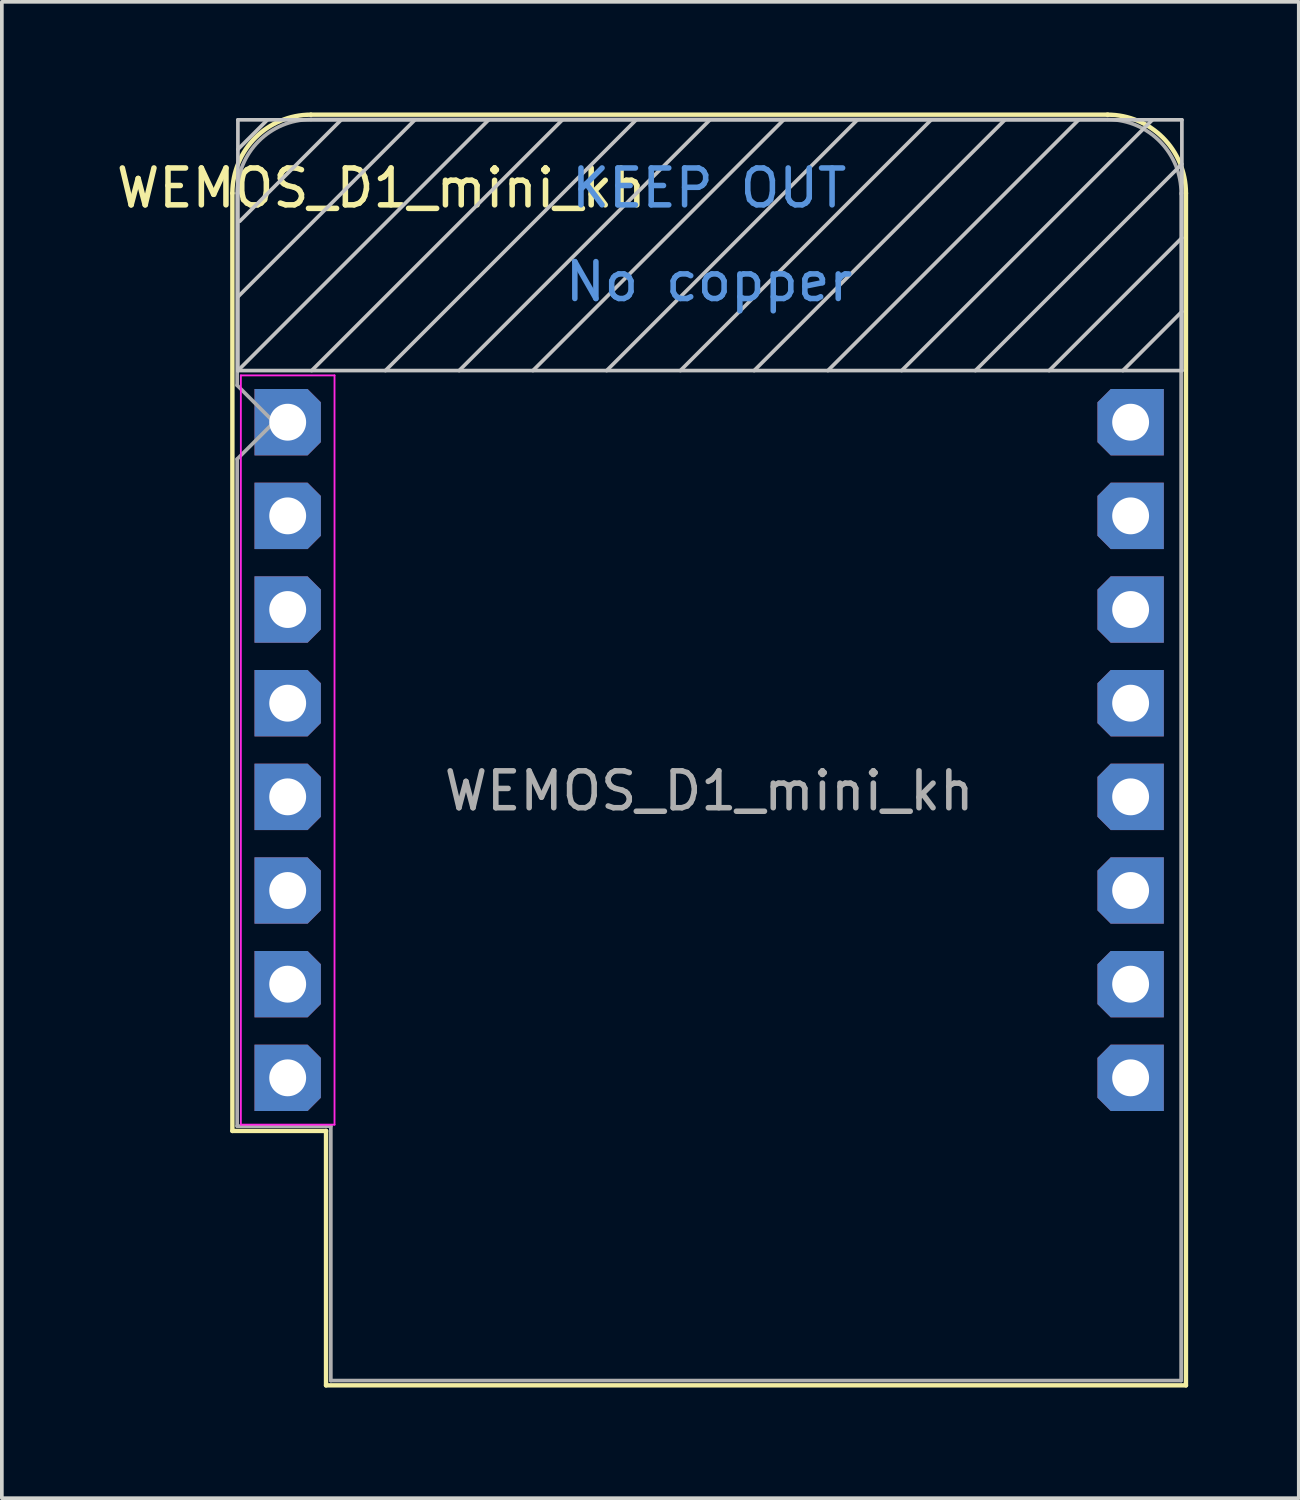
<source format=kicad_pcb>
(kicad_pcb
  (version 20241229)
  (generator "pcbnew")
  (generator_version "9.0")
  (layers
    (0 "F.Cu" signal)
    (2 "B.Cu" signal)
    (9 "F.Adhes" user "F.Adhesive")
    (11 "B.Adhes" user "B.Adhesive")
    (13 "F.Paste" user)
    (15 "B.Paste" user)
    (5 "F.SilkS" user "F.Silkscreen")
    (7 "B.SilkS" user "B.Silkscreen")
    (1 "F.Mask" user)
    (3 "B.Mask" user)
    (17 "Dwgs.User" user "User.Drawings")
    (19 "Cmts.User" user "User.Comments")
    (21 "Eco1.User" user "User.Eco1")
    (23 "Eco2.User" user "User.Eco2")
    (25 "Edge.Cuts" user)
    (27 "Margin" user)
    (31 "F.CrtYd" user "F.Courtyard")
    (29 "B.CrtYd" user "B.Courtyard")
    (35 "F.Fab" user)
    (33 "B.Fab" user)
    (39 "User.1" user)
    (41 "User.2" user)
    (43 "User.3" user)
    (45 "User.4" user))
  (footprint "WEMOS_D1_mini_kh"
    (layer "F.Cu")
    (at 4.752 8.4)
    (property "Reference" "WEMOS_D1_mini_kh" (at 2.54 -6.35 0) (layer "F.SilkS") (effects (font (size 1 1) (thickness 0.15))))
    (attr through_hole)
    (fp_line (start -1.5 19.22) (end -1.5 -6.21) (stroke (width 0.12) (type solid)) (layer "F.SilkS"))
    (fp_line (start -1.5 19.22) (end 1.04 19.22) (stroke (width 0.12) (type solid)) (layer "F.SilkS"))
    (fp_line (start 1.04 19.22) (end 1.04 26.12) (stroke (width 0.12) (type solid)) (layer "F.SilkS"))
    (fp_line (start 1.04 26.12) (end 24.36 26.12) (stroke (width 0.12) (type solid)) (layer "F.SilkS"))
    (fp_line (start 22.24 -8.34) (end 0.63 -8.34) (stroke (width 0.12) (type solid)) (layer "F.SilkS"))
    (fp_line (start 24.36 26.12) (end 24.36 -6.21) (stroke (width 0.12) (type solid)) (layer "F.SilkS"))
    (fp_arc (start -1.5 -6.21) (mid -0.876137 -7.716137) (end 0.63 -8.34) (stroke (width 0.12) (type solid)) (layer "F.SilkS"))
    (fp_arc (start 22.23 -8.34) (mid 23.736137 -7.716137) (end 24.36 -6.21) (stroke (width 0.12) (type solid)) (layer "F.SilkS"))
    (fp_line (start -1.35 -8.2) (end -1.35 -1.4) (stroke (width 0.1) (type solid)) (layer "Dwgs.User"))
    (fp_line (start -1.35 -7.4) (end -0.55 -8.2) (stroke (width 0.1) (type solid)) (layer "Dwgs.User"))
    (fp_line (start -1.35 -3.4) (end 3.45 -8.2) (stroke (width 0.1) (type solid)) (layer "Dwgs.User"))
    (fp_line (start -1.35 -1.4) (end 5.45 -8.2) (stroke (width 0.1) (type solid)) (layer "Dwgs.User"))
    (fp_line (start -1.35 -1.4) (end 24.25 -1.4) (stroke (width 0.1) (type solid)) (layer "Dwgs.User"))
    (fp_line (start -1.3 -5.45) (end 1.45 -8.2) (stroke (width 0.1) (type solid)) (layer "Dwgs.User"))
    (fp_line (start 0.65 -1.4) (end 7.45 -8.2) (stroke (width 0.1) (type solid)) (layer "Dwgs.User"))
    (fp_line (start 2.65 -1.4) (end 9.45 -8.2) (stroke (width 0.1) (type solid)) (layer "Dwgs.User"))
    (fp_line (start 4.65 -1.4) (end 11.45 -8.2) (stroke (width 0.1) (type solid)) (layer "Dwgs.User"))
    (fp_line (start 6.65 -1.4) (end 13.45 -8.2) (stroke (width 0.1) (type solid)) (layer "Dwgs.User"))
    (fp_line (start 8.65 -1.4) (end 15.45 -8.2) (stroke (width 0.1) (type solid)) (layer "Dwgs.User"))
    (fp_line (start 10.65 -1.4) (end 17.45 -8.2) (stroke (width 0.1) (type solid)) (layer "Dwgs.User"))
    (fp_line (start 12.65 -1.4) (end 19.45 -8.2) (stroke (width 0.1) (type solid)) (layer "Dwgs.User"))
    (fp_line (start 14.65 -1.4) (end 21.45 -8.2) (stroke (width 0.1) (type solid)) (layer "Dwgs.User"))
    (fp_line (start 16.65 -1.4) (end 23.45 -8.2) (stroke (width 0.1) (type solid)) (layer "Dwgs.User"))
    (fp_line (start 18.65 -1.4) (end 24.25 -7) (stroke (width 0.1) (type solid)) (layer "Dwgs.User"))
    (fp_line (start 20.65 -1.4) (end 24.25 -5) (stroke (width 0.1) (type solid)) (layer "Dwgs.User"))
    (fp_line (start 22.65 -1.4) (end 24.25 -3) (stroke (width 0.1) (type solid)) (layer "Dwgs.User"))
    (fp_line (start 24.25 -8.2) (end -1.35 -8.2) (stroke (width 0.1) (type solid)) (layer "Dwgs.User"))
    (fp_line (start 24.25 -1.4) (end 24.25 -8.2) (stroke (width 0.1) (type solid)) (layer "Dwgs.User"))
    (fp_line (start -1.27 -1.27) (end 1.27 -1.27) (stroke (width 0.05) (type solid)) (layer "F.CrtYd"))
    (fp_line (start -1.27 19.05) (end -1.27 -1.27) (stroke (width 0.05) (type solid)) (layer "F.CrtYd"))
    (fp_line (start 1.27 -1.27) (end 1.27 19.05) (stroke (width 0.05) (type solid)) (layer "F.CrtYd"))
    (fp_line (start 1.27 19.05) (end -1.27 19.05) (stroke (width 0.05) (type solid)) (layer "F.CrtYd"))
    (fp_line (start -1.37 -6.21) (end -1.37 -1) (stroke (width 0.1) (type solid)) (layer "F.Fab"))
    (fp_line (start -1.37 1) (end -1.37 19.09) (stroke (width 0.1) (type solid)) (layer "F.Fab"))
    (fp_line (start -1.37 1) (end -0.37 0) (stroke (width 0.1) (type solid)) (layer "F.Fab"))
    (fp_line (start -1.37 19.09) (end 1.17 19.09) (stroke (width 0.1) (type solid)) (layer "F.Fab"))
    (fp_line (start -0.37 0) (end -1.37 -1) (stroke (width 0.1) (type solid)) (layer "F.Fab"))
    (fp_line (start 1.17 19.09) (end 1.17 25.99) (stroke (width 0.1) (type solid)) (layer "F.Fab"))
    (fp_line (start 1.17 25.99) (end 24.23 25.99) (stroke (width 0.1) (type solid)) (layer "F.Fab"))
    (fp_line (start 22.23 -8.21) (end 0.63 -8.21) (stroke (width 0.1) (type solid)) (layer "F.Fab"))
    (fp_line (start 24.23 25.99) (end 24.23 -6.21) (stroke (width 0.1) (type solid)) (layer "F.Fab"))
    (fp_arc (start -1.37 -6.21) (mid -0.784214 -7.624214) (end 0.63 -8.21) (stroke (width 0.1) (type solid)) (layer "F.Fab"))
    (fp_arc (start 22.25 -8.21) (mid 23.658356 -7.610071) (end 24.23 -6.19) (stroke (width 0.1) (type solid)) (layer "F.Fab"))
    (fp_text user "No copper" (at 11.43 -3.81 0) (layer "Cmts.User") (effects (font (size 1 1) (thickness 0.15))))
    (fp_text user "KEEP OUT" (at 11.43 -6.35 0) (layer "Cmts.User") (effects (font (size 1 1) (thickness 0.15))))
    (fp_text user "${REFERENCE}" (at 11.43 10 0) (layer "F.Fab") (effects (font (size 1 1) (thickness 0.15))))
    (pad "1" thru_hole roundrect (at 0 0) (size 1.8 1.8) (drill 1) (layers "*.Cu" "*.Mask") (roundrect_rratio 0) (chamfer_ratio 0.2) (chamfer top_right bottom_right))
    (pad "2" thru_hole roundrect (at 0 2.54) (size 1.8 1.8) (drill 1) (layers "*.Cu" "*.Mask") (roundrect_rratio 0) (chamfer_ratio 0.2) (chamfer top_right bottom_right))
    (pad "3" thru_hole roundrect (at 0 5.08) (size 1.8 1.8) (drill 1) (layers "*.Cu" "*.Mask") (roundrect_rratio 0) (chamfer_ratio 0.2) (chamfer top_right bottom_right))
    (pad "4" thru_hole roundrect (at 0 7.62) (size 1.8 1.8) (drill 1) (layers "*.Cu" "*.Mask") (roundrect_rratio 0) (chamfer_ratio 0.2) (chamfer top_right bottom_right))
    (pad "5" thru_hole roundrect (at 0 10.16) (size 1.8 1.8) (drill 1) (layers "*.Cu" "*.Mask") (roundrect_rratio 0) (chamfer_ratio 0.2) (chamfer top_right bottom_right))
    (pad "6" thru_hole roundrect (at 0 12.7) (size 1.8 1.8) (drill 1) (layers "*.Cu" "*.Mask") (roundrect_rratio 0) (chamfer_ratio 0.2) (chamfer top_right bottom_right))
    (pad "7" thru_hole roundrect (at 0 15.24) (size 1.8 1.8) (drill 1) (layers "*.Cu" "*.Mask") (roundrect_rratio 0) (chamfer_ratio 0.2) (chamfer top_right bottom_right))
    (pad "8" thru_hole roundrect (at 0 17.78) (size 1.8 1.8) (drill 1) (layers "*.Cu" "*.Mask") (roundrect_rratio 0) (chamfer_ratio 0.2) (chamfer top_right bottom_right))
    (pad "9" thru_hole roundrect (at 22.86 17.78) (size 1.8 1.8) (drill 1) (layers "*.Cu" "*.Mask") (roundrect_rratio 0) (chamfer_ratio 0.2) (chamfer top_left bottom_left))
    (pad "10" thru_hole roundrect (at 22.86 15.24) (size 1.8 1.8) (drill 1) (layers "*.Cu" "*.Mask") (roundrect_rratio 0) (chamfer_ratio 0.2) (chamfer top_left bottom_left))
    (pad "11" thru_hole roundrect (at 22.86 12.7) (size 1.8 1.8) (drill 1) (layers "*.Cu" "*.Mask") (roundrect_rratio 0) (chamfer_ratio 0.2) (chamfer top_left bottom_left))
    (pad "12" thru_hole roundrect (at 22.86 10.16) (size 1.8 1.8) (drill 1) (layers "*.Cu" "*.Mask") (roundrect_rratio 0) (chamfer_ratio 0.2) (chamfer top_left bottom_left))
    (pad "13" thru_hole roundrect (at 22.86 7.62) (size 1.8 1.8) (drill 1) (layers "*.Cu" "*.Mask") (roundrect_rratio 0) (chamfer_ratio 0.2) (chamfer top_left bottom_left))
    (pad "14" thru_hole roundrect (at 22.86 5.08) (size 1.8 1.8) (drill 1) (layers "*.Cu" "*.Mask") (roundrect_rratio 0) (chamfer_ratio 0.2) (chamfer top_left bottom_left))
    (pad "15" thru_hole roundrect (at 22.86 2.54) (size 1.8 1.8) (drill 1) (layers "*.Cu" "*.Mask") (roundrect_rratio 0) (chamfer_ratio 0.2) (chamfer top_left bottom_left))
    (pad "16" thru_hole roundrect (at 22.86 0) (size 1.8 1.8) (drill 1) (layers "*.Cu" "*.Mask") (roundrect_rratio 0) (chamfer_ratio 0.2) (chamfer top_left bottom_left)))
  (gr_rect
    (start -3 -3)
    (end 32.172 37.58)
    (stroke (width 0.1) (type default))
    (fill no)
    (layer "Edge.Cuts")))
</source>
